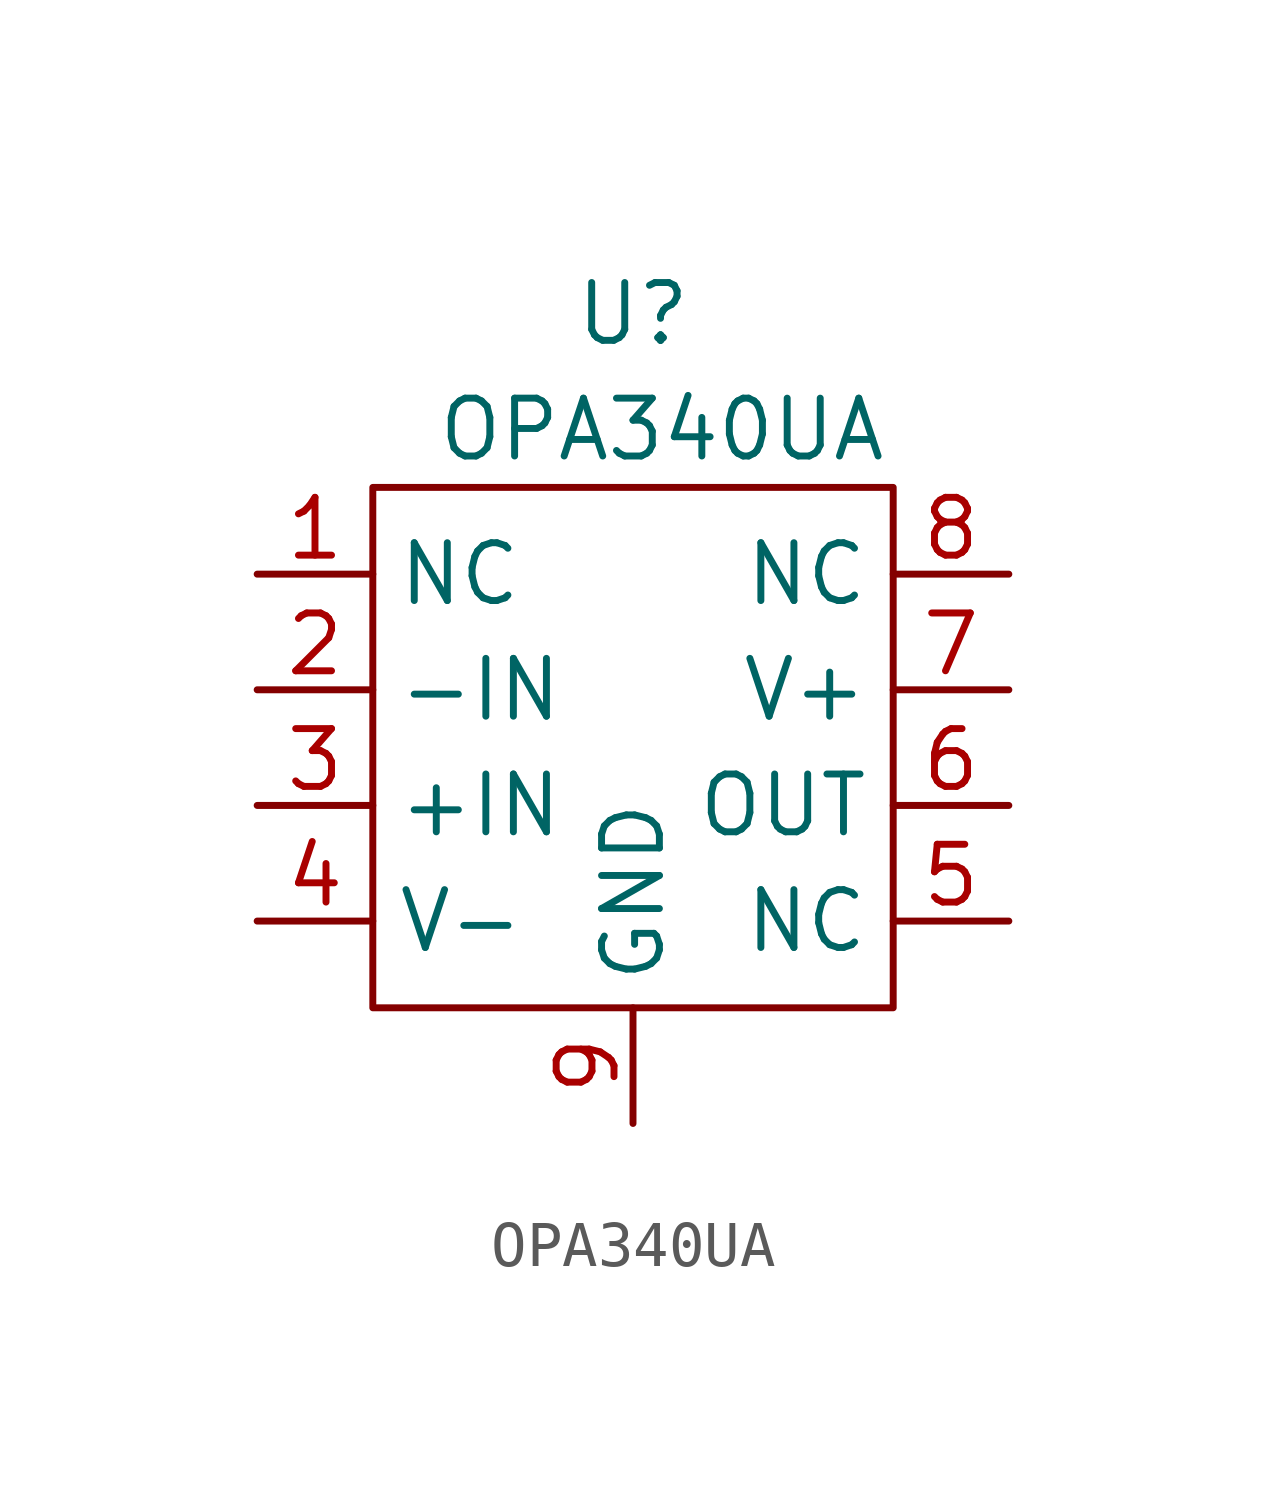
<source format=kicad_sym>
(kicad_symbol_lib
  (version 20211014)
  (generator kicad_symbol_editor)
  (symbol "OPA340UA"
    (property "Reference" "U"
      (at 0 9.525 0)
      (effects (font (size 1.27 1.27))))
    (property "Value" "OPA340UA"
      (at 0.635 6.985 0)
      (effects (font (size 1.27 1.27))))
    (symbol "OPA340UA_0_1"
      (rectangle (start -5.715 5.715) (end 5.715 -5.715) (stroke (width 0) (type default) (color 0 0 0 0)) (fill (type none))))
    (symbol "OPA340UA_1_0"
      (pin free line (at -8.255 3.81 0) (length 2.54) (name "NC" (effects (font (size 1.27 1.27)))) (number "1" (effects (font (size 1.27 1.27)))))
      (pin free line (at -8.255 1.27 0) (length 2.54) (name "-IN" (effects (font (size 1.27 1.27)))) (number "2" (effects (font (size 1.27 1.27)))))
      (pin free line (at -8.255 -1.27 0) (length 2.54) (name "+IN" (effects (font (size 1.27 1.27)))) (number "3" (effects (font (size 1.27 1.27)))))
      (pin free line (at -8.255 -3.81 0) (length 2.54) (name "V-" (effects (font (size 1.27 1.27)))) (number "4" (effects (font (size 1.27 1.27)))))
      (pin free line (at 8.255 -3.81 180) (length 2.54) (name "NC" (effects (font (size 1.27 1.27)))) (number "5" (effects (font (size 1.27 1.27)))))
      (pin free line (at 8.255 -1.27 180) (length 2.54) (name "OUT" (effects (font (size 1.27 1.27)))) (number "6" (effects (font (size 1.27 1.27)))))
      (pin free line (at 8.255 1.27 180) (length 2.54) (name "V+" (effects (font (size 1.27 1.27)))) (number "7" (effects (font (size 1.27 1.27)))))
      (pin free line (at 8.255 3.81 180) (length 2.54) (name "NC" (effects (font (size 1.27 1.27)))) (number "8" (effects (font (size 1.27 1.27)))))
      (pin free line (at 0 -8.255 90) (length 2.54) (name "GND" (effects (font (size 1.27 1.27)))) (number "9" (effects (font (size 1.27 1.27))))))))
</source>
